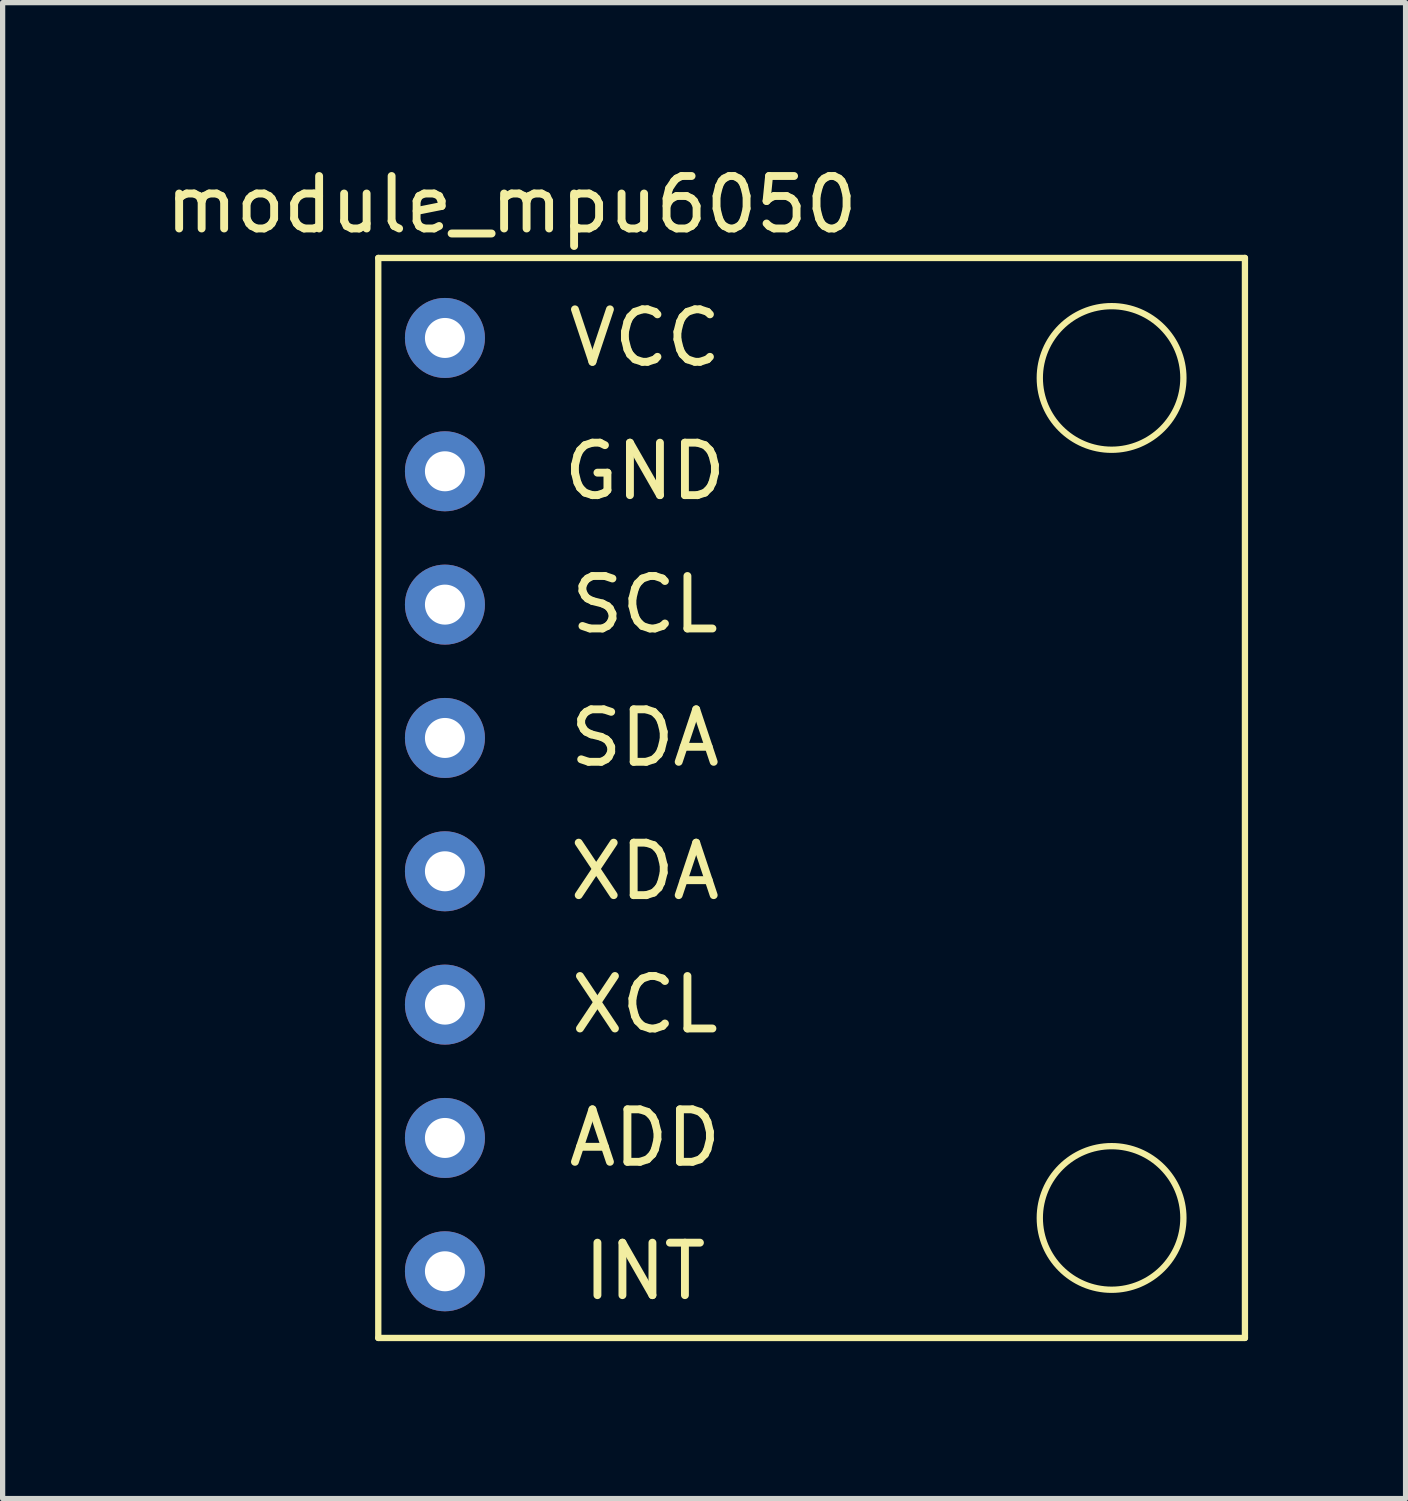
<source format=kicad_pcb>
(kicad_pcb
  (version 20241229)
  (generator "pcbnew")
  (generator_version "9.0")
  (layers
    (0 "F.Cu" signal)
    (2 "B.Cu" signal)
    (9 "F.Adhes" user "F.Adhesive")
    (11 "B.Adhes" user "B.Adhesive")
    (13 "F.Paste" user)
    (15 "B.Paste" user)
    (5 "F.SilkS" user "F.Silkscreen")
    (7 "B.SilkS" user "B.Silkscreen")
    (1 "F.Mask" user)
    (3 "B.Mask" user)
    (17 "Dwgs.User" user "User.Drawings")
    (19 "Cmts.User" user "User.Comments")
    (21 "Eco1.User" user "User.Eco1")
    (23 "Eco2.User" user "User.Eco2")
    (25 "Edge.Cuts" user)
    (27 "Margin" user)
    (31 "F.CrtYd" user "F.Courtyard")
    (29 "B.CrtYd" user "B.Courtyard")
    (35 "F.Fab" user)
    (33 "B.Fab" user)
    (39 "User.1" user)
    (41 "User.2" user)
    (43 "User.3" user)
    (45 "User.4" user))
  (footprint "module_mpu6050"
    (layer "F.Cu")
    (at 5.426 21.168)
    (property "Reference" "module_mpu6050" (at 1.27 -20.32 0) (layer "F.SilkS") (effects (font (size 1 1) (thickness 0.15))))
    (attr through_hole)
    (fp_line (start -1.27 -19.304) (end 15.24 -19.304) (stroke (width 0.12) (type solid)) (layer "F.SilkS"))
    (fp_line (start -1.27 1.27) (end -1.27 -19.304) (stroke (width 0.12) (type solid)) (layer "F.SilkS"))
    (fp_line (start 15.24 -19.304) (end 15.24 1.27) (stroke (width 0.12) (type solid)) (layer "F.SilkS"))
    (fp_line (start 15.24 1.27) (end -1.27 1.27) (stroke (width 0.12) (type solid)) (layer "F.SilkS"))
    (fp_circle (center 12.7 -17.018) (end 13.208 -15.748) (stroke (width 0.12) (type solid)) (fill no) (layer "F.SilkS"))
    (fp_circle (center 12.7 -1.016) (end 13.208 0.254) (stroke (width 0.12) (type solid)) (fill no) (layer "F.SilkS"))
    (fp_text user "GND" (at 3.81 -15.24 0) (layer "F.SilkS") (effects (font (size 1 1) (thickness 0.15))))
    (fp_text user "ADD" (at 3.81 -2.54 0) (layer "F.SilkS") (effects (font (size 1 1) (thickness 0.15))))
    (fp_text user "SCL" (at 3.81 -12.7 0) (layer "F.SilkS") (effects (font (size 1 1) (thickness 0.15))))
    (fp_text user "XDA" (at 3.81 -7.62 0) (layer "F.SilkS") (effects (font (size 1 1) (thickness 0.15))))
    (fp_text user "INT" (at 3.81 0 0) (layer "F.SilkS") (effects (font (size 1 1) (thickness 0.15))))
    (fp_text user "SDA" (at 3.81 -10.16 0) (layer "F.SilkS") (effects (font (size 1 1) (thickness 0.15))))
    (fp_text user "VCC" (at 3.81 -17.78 0) (layer "F.SilkS") (effects (font (size 1 1) (thickness 0.15))))
    (fp_text user "XCL" (at 3.81 -5.08 0) (layer "F.SilkS") (effects (font (size 1 1) (thickness 0.15))))
    (pad "1" thru_hole circle (at 0 -17.78) (size 1.524 1.524) (drill 0.762) (layers "*.Cu" "*.Mask"))
    (pad "2" thru_hole circle (at 0 -15.24) (size 1.524 1.524) (drill 0.762) (layers "*.Cu" "*.Mask"))
    (pad "3" thru_hole circle (at 0 -12.7) (size 1.524 1.524) (drill 0.762) (layers "*.Cu" "*.Mask"))
    (pad "4" thru_hole circle (at 0 -10.16) (size 1.524 1.524) (drill 0.762) (layers "*.Cu" "*.Mask"))
    (pad "5" thru_hole circle (at 0 -7.62) (size 1.524 1.524) (drill 0.762) (layers "*.Cu" "*.Mask"))
    (pad "6" thru_hole circle (at 0 -5.08) (size 1.524 1.524) (drill 0.762) (layers "*.Cu" "*.Mask"))
    (pad "7" thru_hole circle (at 0 -2.54) (size 1.524 1.524) (drill 0.762) (layers "*.Cu" "*.Mask"))
    (pad "8" thru_hole circle (at 0 0) (size 1.524 1.524) (drill 0.762) (layers "*.Cu" "*.Mask")))
  (gr_rect
    (start -3 -3)
    (end 23.726 25.498)
    (stroke (width 0.1) (type default))
    (fill no)
    (layer "Edge.Cuts")))
</source>
